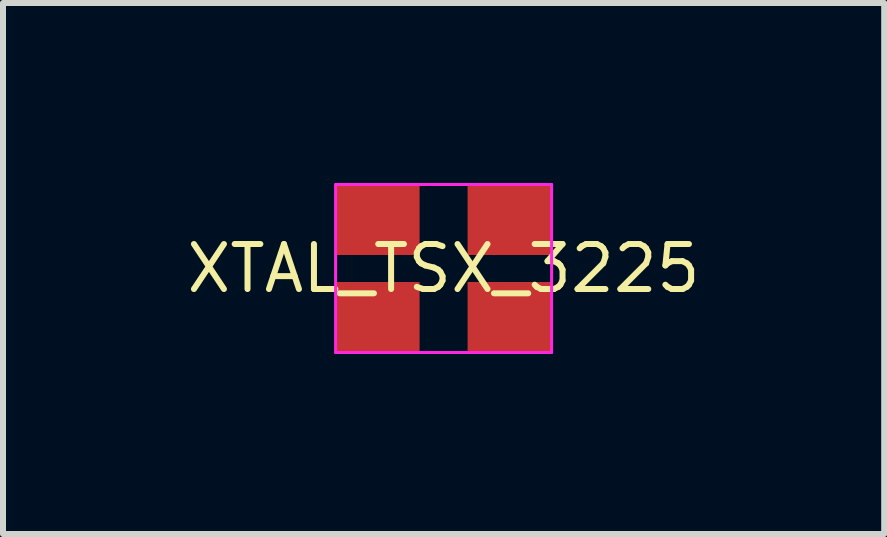
<source format=kicad_pcb>
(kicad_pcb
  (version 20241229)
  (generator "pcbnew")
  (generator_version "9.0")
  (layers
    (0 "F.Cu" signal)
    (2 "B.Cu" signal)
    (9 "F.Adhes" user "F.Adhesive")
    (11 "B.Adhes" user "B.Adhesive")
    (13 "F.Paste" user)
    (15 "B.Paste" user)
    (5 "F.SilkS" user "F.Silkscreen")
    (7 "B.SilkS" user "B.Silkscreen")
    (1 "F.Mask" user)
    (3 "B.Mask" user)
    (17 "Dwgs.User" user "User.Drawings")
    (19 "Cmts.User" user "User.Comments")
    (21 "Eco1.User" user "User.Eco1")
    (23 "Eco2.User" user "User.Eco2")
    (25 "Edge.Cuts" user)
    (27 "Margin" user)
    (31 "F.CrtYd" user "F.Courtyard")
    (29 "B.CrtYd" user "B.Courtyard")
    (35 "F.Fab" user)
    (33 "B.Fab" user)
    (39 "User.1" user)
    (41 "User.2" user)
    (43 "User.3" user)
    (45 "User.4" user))
  (footprint "XTAL_TSX_3225"
    (layer "F.Cu")
    (at 4.343 1.425)
    (property "Reference" "XTAL_TSX_3225" (at 0 0 0) (layer "F.SilkS") (effects (font (size 0.75 0.75) (thickness 0.1))))
    (fp_line (start -1.8 -1.4) (end -1.8 1.4) (stroke (width 0.05) (type solid)) (layer "F.CrtYd"))
    (fp_line (start -1.8 1.4) (end 1.8 1.4) (stroke (width 0.05) (type solid)) (layer "F.CrtYd"))
    (fp_line (start 1.8 -1.4) (end -1.8 -1.4) (stroke (width 0.05) (type solid)) (layer "F.CrtYd"))
    (fp_line (start 1.8 1.4) (end 1.8 -1.4) (stroke (width 0.05) (type solid)) (layer "F.CrtYd"))
    (pad "1" smd rect (at -1.1 -0.8) (size 1.4 1.15) (layers "F.Cu" "F.Mask" "F.Paste"))
    (pad "2" smd rect (at 1.1 -0.8) (size 1.4 1.15) (layers "F.Cu" "F.Mask" "F.Paste"))
    (pad "3" smd rect (at -1.1 0.8) (size 1.4 1.15) (layers "F.Cu" "F.Mask" "F.Paste"))
    (pad "4" smd rect (at 1.1 0.8) (size 1.4 1.15) (layers "F.Cu" "F.Mask" "F.Paste")))
  (gr_rect
    (start -3 -3)
    (end 11.686 5.85)
    (stroke (width 0.1) (type default))
    (fill no)
    (layer "Edge.Cuts")))
</source>
